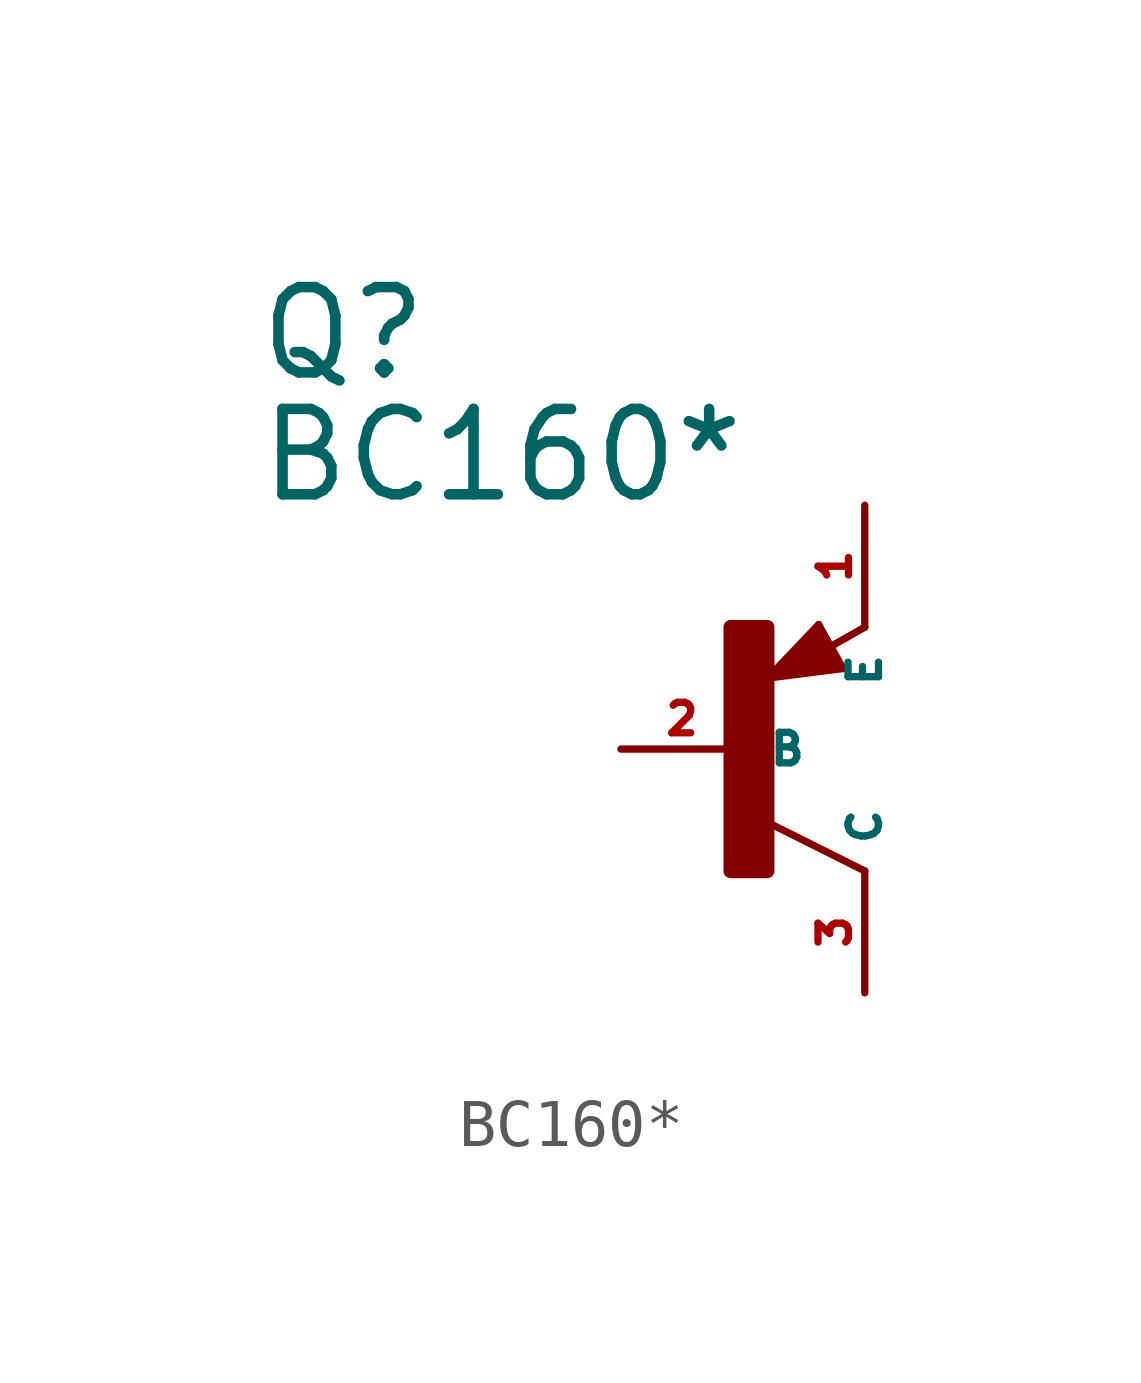
<source format=kicad_sym>
(kicad_symbol_lib
  (version 20220914)
  (generator Eagle2Kicad)
  (symbol "BC160*"
    (property "Reference" "Q"
      (at -10.16 7.62 0)
      (effects (font (size 1.778 1.778) (thickness 0.22)) (justify left bottom)))
    (property "Value" "BC160*"
      (at -10.16 5.08 0)
      (effects (font (size 1.778 1.778) (thickness 0.22)) (justify left bottom)))
    (polyline
      (pts (xy 2.086 1.678) (xy 1.578 2.594))
      (stroke (width 0.152) (type default))
      (fill (type none)))
    (polyline
      (pts (xy 1.578 2.594) (xy 0.516 1.478))
      (stroke (width 0.152) (type default))
      (fill (type none)))
    (polyline
      (pts (xy 0.516 1.478) (xy 2.086 1.678))
      (stroke (width 0.152) (type default))
      (fill (type none)))
    (polyline
      (pts (xy 2.54 2.54) (xy 1.808 2.124))
      (stroke (width 0.152) (type default))
      (fill (type none)))
    (polyline
      (pts (xy 2.54 -2.54) (xy 0.508 -1.524))
      (stroke (width 0.152) (type default))
      (fill (type none)))
    (polyline
      (pts (xy 1.905 1.778) (xy 1.524 2.413))
      (stroke (width 0.254) (type default))
      (fill (type none)))
    (polyline
      (pts (xy 1.524 2.413) (xy 0.762 1.651))
      (stroke (width 0.254) (type default))
      (fill (type none)))
    (polyline
      (pts (xy 0.762 1.651) (xy 1.778 1.778))
      (stroke (width 0.254) (type default))
      (fill (type none)))
    (polyline
      (pts (xy 1.778 1.778) (xy 1.524 2.159))
      (stroke (width 0.254) (type default))
      (fill (type none)))
    (polyline
      (pts (xy 1.524 2.159) (xy 1.143 1.905))
      (stroke (width 0.254) (type default))
      (fill (type none)))
    (polyline
      (pts (xy 1.143 1.905) (xy 1.524 1.905))
      (stroke (width 0.254) (type default))
      (fill (type none)))
    (rectangle
      (start -0.254 -2.54)
      (end 0.508 2.54)
      (stroke (width 0.3) (type default))
      (fill (type outline)))
    (pin passive line
      (at -2.54 0 0)
      (length 2.54)
      (name "B" (effects (font (size 0.635 0.635) (thickness 0.08)) (justify left bottom)))
      (number "2" (effects (font (size 0.635 0.635) (thickness 0.08)) (justify left bottom))))
    (pin passive line
      (at 2.54 5.08 270)
      (length 2.54)
      (name "E" (effects (font (size 0.635 0.635) (thickness 0.08)) (justify left bottom)))
      (number "1" (effects (font (size 0.635 0.635) (thickness 0.08)) (justify left bottom))))
    (pin passive line
      (at 2.54 -5.08 90)
      (length 2.54)
      (name "C" (effects (font (size 0.635 0.635) (thickness 0.08)) (justify left bottom)))
      (number "3" (effects (font (size 0.635 0.635) (thickness 0.08)) (justify left bottom))))))
</source>
